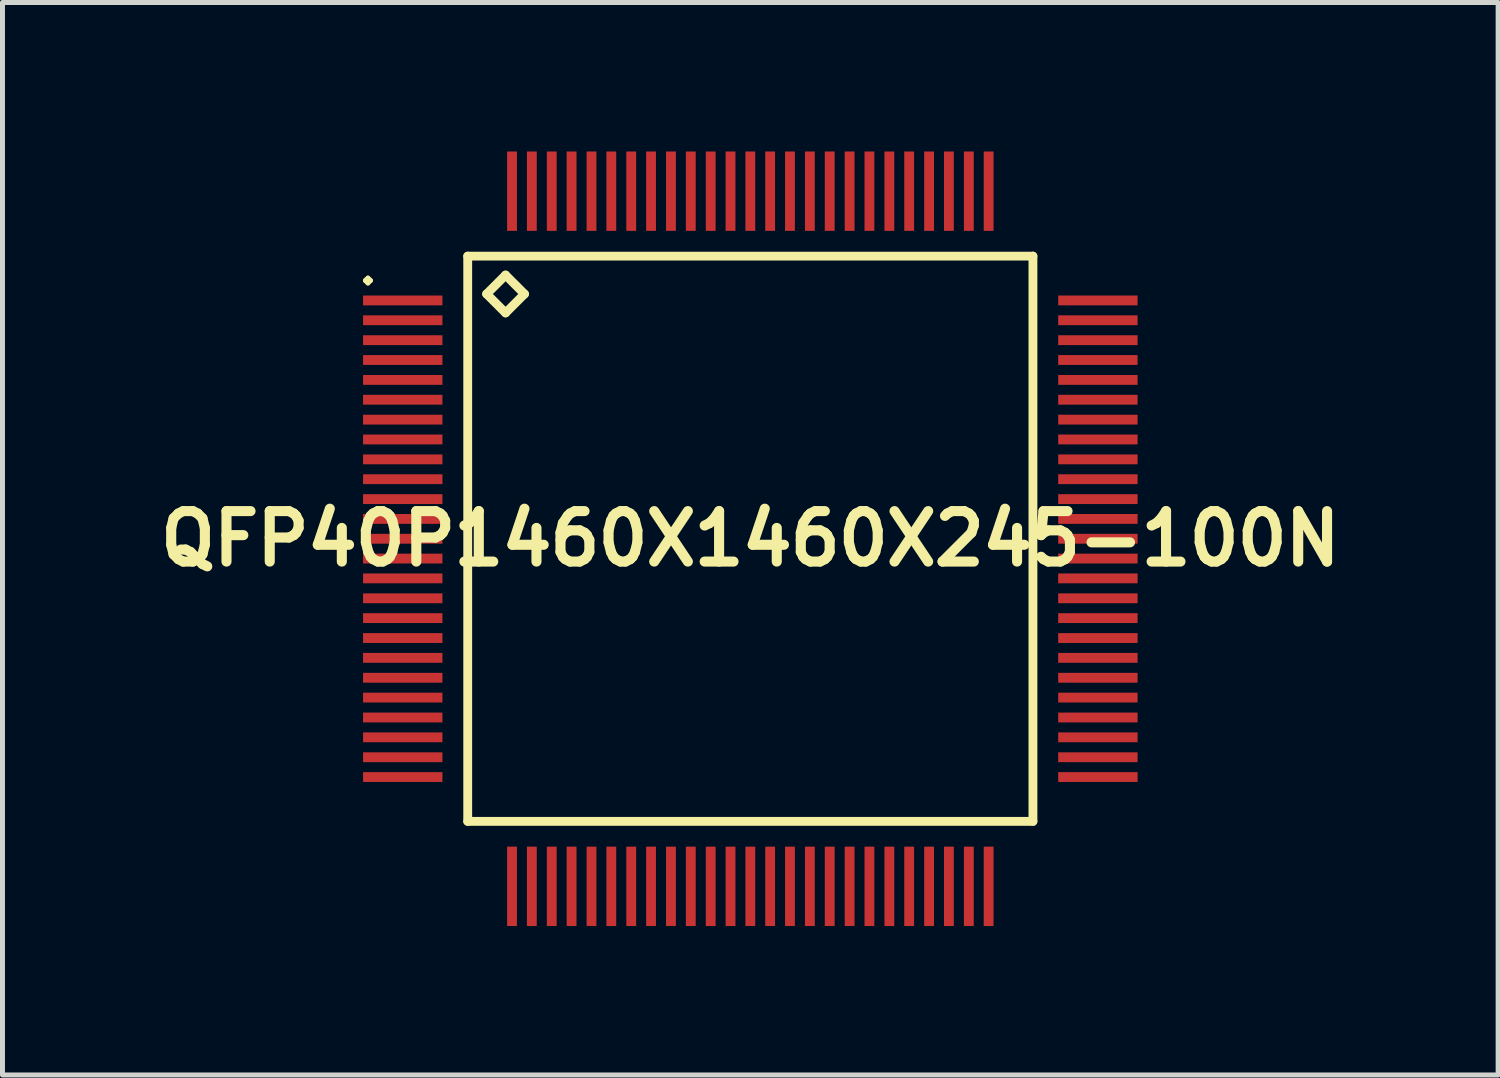
<source format=kicad_pcb>
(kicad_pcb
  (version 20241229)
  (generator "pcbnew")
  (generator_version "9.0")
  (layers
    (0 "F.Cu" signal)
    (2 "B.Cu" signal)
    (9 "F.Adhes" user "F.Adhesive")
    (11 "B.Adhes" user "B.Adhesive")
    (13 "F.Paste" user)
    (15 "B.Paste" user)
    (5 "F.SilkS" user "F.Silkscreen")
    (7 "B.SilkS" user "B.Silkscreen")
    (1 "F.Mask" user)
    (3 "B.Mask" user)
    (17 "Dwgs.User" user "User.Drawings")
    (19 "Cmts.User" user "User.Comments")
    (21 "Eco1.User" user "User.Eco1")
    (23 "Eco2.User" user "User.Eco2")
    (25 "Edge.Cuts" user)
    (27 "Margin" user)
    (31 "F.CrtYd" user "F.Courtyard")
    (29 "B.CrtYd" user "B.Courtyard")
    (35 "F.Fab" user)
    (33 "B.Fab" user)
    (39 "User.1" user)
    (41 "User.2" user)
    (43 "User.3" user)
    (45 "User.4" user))
  (footprint "QFP40P1460X1460X245-100N"
    (layer "F.Cu")
    (at 12.057 7.797)
    (property "Reference" "QFP40P1460X1460X245-100N" (at 0 0 0) (layer "F.SilkS") (effects (font (size 1.016 1.016) (thickness 0.203))))
    (attr smd)
    (fp_line (start -7.75 -5.199) (end -7.699 -5.248) (stroke (width 0.099) (type solid)) (layer "F.SilkS"))
    (fp_line (start -7.699 -5.248) (end -7.648 -5.199) (stroke (width 0.099) (type solid)) (layer "F.SilkS"))
    (fp_line (start -7.699 -5.149) (end -7.75 -5.199) (stroke (width 0.099) (type solid)) (layer "F.SilkS"))
    (fp_line (start -7.648 -5.199) (end -7.699 -5.149) (stroke (width 0.099) (type solid)) (layer "F.SilkS"))
    (fp_line (start -5.69 -5.69) (end -5.69 5.69) (stroke (width 0.178) (type solid)) (layer "F.SilkS"))
    (fp_line (start -5.69 5.69) (end 5.69 5.69) (stroke (width 0.178) (type solid)) (layer "F.SilkS"))
    (fp_line (start -5.309 -4.928) (end -4.928 -5.309) (stroke (width 0.178) (type solid)) (layer "F.SilkS"))
    (fp_line (start -4.928 -5.309) (end -4.547 -4.928) (stroke (width 0.178) (type solid)) (layer "F.SilkS"))
    (fp_line (start -4.928 -4.547) (end -5.309 -4.928) (stroke (width 0.178) (type solid)) (layer "F.SilkS"))
    (fp_line (start -4.547 -4.928) (end -4.928 -4.547) (stroke (width 0.178) (type solid)) (layer "F.SilkS"))
    (fp_line (start 5.69 -5.69) (end -5.69 -5.69) (stroke (width 0.178) (type solid)) (layer "F.SilkS"))
    (fp_line (start 5.69 5.69) (end 5.69 -5.69) (stroke (width 0.178) (type solid)) (layer "F.SilkS"))
    (pad "1" smd rect (at -6.998 -4.798) (size 1.598 0.198) (layers "F.Cu" "F.Mask" "F.Paste"))
    (pad "2" smd rect (at -6.998 -4.399) (size 1.598 0.198) (layers "F.Cu" "F.Mask" "F.Paste"))
    (pad "3" smd rect (at -6.998 -3.998) (size 1.598 0.198) (layers "F.Cu" "F.Mask" "F.Paste"))
    (pad "4" smd rect (at -6.998 -3.599) (size 1.598 0.198) (layers "F.Cu" "F.Mask" "F.Paste"))
    (pad "5" smd rect (at -6.998 -3.198) (size 1.598 0.198) (layers "F.Cu" "F.Mask" "F.Paste"))
    (pad "6" smd rect (at -6.998 -2.799) (size 1.598 0.198) (layers "F.Cu" "F.Mask" "F.Paste"))
    (pad "7" smd rect (at -6.998 -2.398) (size 1.598 0.198) (layers "F.Cu" "F.Mask" "F.Paste"))
    (pad "8" smd rect (at -6.998 -1.999) (size 1.598 0.198) (layers "F.Cu" "F.Mask" "F.Paste"))
    (pad "9" smd rect (at -6.998 -1.598) (size 1.598 0.198) (layers "F.Cu" "F.Mask" "F.Paste"))
    (pad "10" smd rect (at -6.998 -1.199) (size 1.598 0.198) (layers "F.Cu" "F.Mask" "F.Paste"))
    (pad "11" smd rect (at -6.998 -0.798) (size 1.598 0.198) (layers "F.Cu" "F.Mask" "F.Paste"))
    (pad "12" smd rect (at -6.998 -0.399) (size 1.598 0.198) (layers "F.Cu" "F.Mask" "F.Paste"))
    (pad "13" smd rect (at -6.998 0) (size 1.598 0.198) (layers "F.Cu" "F.Mask" "F.Paste"))
    (pad "14" smd rect (at -6.998 0.399) (size 1.598 0.198) (layers "F.Cu" "F.Mask" "F.Paste"))
    (pad "15" smd rect (at -6.998 0.798) (size 1.598 0.198) (layers "F.Cu" "F.Mask" "F.Paste"))
    (pad "16" smd rect (at -6.998 1.199) (size 1.598 0.198) (layers "F.Cu" "F.Mask" "F.Paste"))
    (pad "17" smd rect (at -6.998 1.598) (size 1.598 0.198) (layers "F.Cu" "F.Mask" "F.Paste"))
    (pad "18" smd rect (at -6.998 1.999) (size 1.598 0.198) (layers "F.Cu" "F.Mask" "F.Paste"))
    (pad "19" smd rect (at -6.998 2.398) (size 1.598 0.198) (layers "F.Cu" "F.Mask" "F.Paste"))
    (pad "20" smd rect (at -6.998 2.799) (size 1.598 0.198) (layers "F.Cu" "F.Mask" "F.Paste"))
    (pad "21" smd rect (at -6.998 3.198) (size 1.598 0.198) (layers "F.Cu" "F.Mask" "F.Paste"))
    (pad "22" smd rect (at -6.998 3.599) (size 1.598 0.198) (layers "F.Cu" "F.Mask" "F.Paste"))
    (pad "23" smd rect (at -6.998 3.998) (size 1.598 0.198) (layers "F.Cu" "F.Mask" "F.Paste"))
    (pad "24" smd rect (at -6.998 4.399) (size 1.598 0.198) (layers "F.Cu" "F.Mask" "F.Paste"))
    (pad "25" smd rect (at -6.998 4.798) (size 1.598 0.198) (layers "F.Cu" "F.Mask" "F.Paste"))
    (pad "26" smd rect (at -4.798 6.998) (size 0.198 1.598) (layers "F.Cu" "F.Mask" "F.Paste"))
    (pad "27" smd rect (at -4.399 6.998) (size 0.198 1.598) (layers "F.Cu" "F.Mask" "F.Paste"))
    (pad "28" smd rect (at -3.998 6.998) (size 0.198 1.598) (layers "F.Cu" "F.Mask" "F.Paste"))
    (pad "29" smd rect (at -3.599 6.998) (size 0.198 1.598) (layers "F.Cu" "F.Mask" "F.Paste"))
    (pad "30" smd rect (at -3.198 6.998) (size 0.198 1.598) (layers "F.Cu" "F.Mask" "F.Paste"))
    (pad "31" smd rect (at -2.799 6.998) (size 0.198 1.598) (layers "F.Cu" "F.Mask" "F.Paste"))
    (pad "32" smd rect (at -2.398 6.998) (size 0.198 1.598) (layers "F.Cu" "F.Mask" "F.Paste"))
    (pad "33" smd rect (at -1.999 6.998) (size 0.198 1.598) (layers "F.Cu" "F.Mask" "F.Paste"))
    (pad "34" smd rect (at -1.598 6.998) (size 0.198 1.598) (layers "F.Cu" "F.Mask" "F.Paste"))
    (pad "35" smd rect (at -1.199 6.998) (size 0.198 1.598) (layers "F.Cu" "F.Mask" "F.Paste"))
    (pad "36" smd rect (at -0.798 6.998) (size 0.198 1.598) (layers "F.Cu" "F.Mask" "F.Paste"))
    (pad "37" smd rect (at -0.399 6.998) (size 0.198 1.598) (layers "F.Cu" "F.Mask" "F.Paste"))
    (pad "38" smd rect (at 0 6.998) (size 0.198 1.598) (layers "F.Cu" "F.Mask" "F.Paste"))
    (pad "39" smd rect (at 0.399 6.998) (size 0.198 1.598) (layers "F.Cu" "F.Mask" "F.Paste"))
    (pad "40" smd rect (at 0.798 6.998) (size 0.198 1.598) (layers "F.Cu" "F.Mask" "F.Paste"))
    (pad "41" smd rect (at 1.199 6.998) (size 0.198 1.598) (layers "F.Cu" "F.Mask" "F.Paste"))
    (pad "42" smd rect (at 1.598 6.998) (size 0.198 1.598) (layers "F.Cu" "F.Mask" "F.Paste"))
    (pad "43" smd rect (at 1.999 6.998) (size 0.198 1.598) (layers "F.Cu" "F.Mask" "F.Paste"))
    (pad "44" smd rect (at 2.398 6.998) (size 0.198 1.598) (layers "F.Cu" "F.Mask" "F.Paste"))
    (pad "45" smd rect (at 2.799 6.998) (size 0.198 1.598) (layers "F.Cu" "F.Mask" "F.Paste"))
    (pad "46" smd rect (at 3.198 6.998) (size 0.198 1.598) (layers "F.Cu" "F.Mask" "F.Paste"))
    (pad "47" smd rect (at 3.599 6.998) (size 0.198 1.598) (layers "F.Cu" "F.Mask" "F.Paste"))
    (pad "48" smd rect (at 3.998 6.998) (size 0.198 1.598) (layers "F.Cu" "F.Mask" "F.Paste"))
    (pad "49" smd rect (at 4.399 6.998) (size 0.198 1.598) (layers "F.Cu" "F.Mask" "F.Paste"))
    (pad "50" smd rect (at 4.798 6.998) (size 0.198 1.598) (layers "F.Cu" "F.Mask" "F.Paste"))
    (pad "51" smd rect (at 6.998 4.798) (size 1.598 0.198) (layers "F.Cu" "F.Mask" "F.Paste"))
    (pad "52" smd rect (at 6.998 4.399) (size 1.598 0.198) (layers "F.Cu" "F.Mask" "F.Paste"))
    (pad "53" smd rect (at 6.998 3.998) (size 1.598 0.198) (layers "F.Cu" "F.Mask" "F.Paste"))
    (pad "54" smd rect (at 6.998 3.599) (size 1.598 0.198) (layers "F.Cu" "F.Mask" "F.Paste"))
    (pad "55" smd rect (at 6.998 3.198) (size 1.598 0.198) (layers "F.Cu" "F.Mask" "F.Paste"))
    (pad "56" smd rect (at 6.998 2.799) (size 1.598 0.198) (layers "F.Cu" "F.Mask" "F.Paste"))
    (pad "57" smd rect (at 6.998 2.398) (size 1.598 0.198) (layers "F.Cu" "F.Mask" "F.Paste"))
    (pad "58" smd rect (at 6.998 1.999) (size 1.598 0.198) (layers "F.Cu" "F.Mask" "F.Paste"))
    (pad "59" smd rect (at 6.998 1.598) (size 1.598 0.198) (layers "F.Cu" "F.Mask" "F.Paste"))
    (pad "60" smd rect (at 6.998 1.199) (size 1.598 0.198) (layers "F.Cu" "F.Mask" "F.Paste"))
    (pad "61" smd rect (at 6.998 0.798) (size 1.598 0.198) (layers "F.Cu" "F.Mask" "F.Paste"))
    (pad "62" smd rect (at 6.998 0.399) (size 1.598 0.198) (layers "F.Cu" "F.Mask" "F.Paste"))
    (pad "63" smd rect (at 6.998 0) (size 1.598 0.198) (layers "F.Cu" "F.Mask" "F.Paste"))
    (pad "64" smd rect (at 6.998 -0.399) (size 1.598 0.198) (layers "F.Cu" "F.Mask" "F.Paste"))
    (pad "65" smd rect (at 6.998 -0.798) (size 1.598 0.198) (layers "F.Cu" "F.Mask" "F.Paste"))
    (pad "66" smd rect (at 6.998 -1.199) (size 1.598 0.198) (layers "F.Cu" "F.Mask" "F.Paste"))
    (pad "67" smd rect (at 6.998 -1.598) (size 1.598 0.198) (layers "F.Cu" "F.Mask" "F.Paste"))
    (pad "68" smd rect (at 6.998 -1.999) (size 1.598 0.198) (layers "F.Cu" "F.Mask" "F.Paste"))
    (pad "69" smd rect (at 6.998 -2.398) (size 1.598 0.198) (layers "F.Cu" "F.Mask" "F.Paste"))
    (pad "70" smd rect (at 6.998 -2.799) (size 1.598 0.198) (layers "F.Cu" "F.Mask" "F.Paste"))
    (pad "71" smd rect (at 6.998 -3.198) (size 1.598 0.198) (layers "F.Cu" "F.Mask" "F.Paste"))
    (pad "72" smd rect (at 6.998 -3.599) (size 1.598 0.198) (layers "F.Cu" "F.Mask" "F.Paste"))
    (pad "73" smd rect (at 6.998 -3.998) (size 1.598 0.198) (layers "F.Cu" "F.Mask" "F.Paste"))
    (pad "74" smd rect (at 6.998 -4.399) (size 1.598 0.198) (layers "F.Cu" "F.Mask" "F.Paste"))
    (pad "75" smd rect (at 6.998 -4.798) (size 1.598 0.198) (layers "F.Cu" "F.Mask" "F.Paste"))
    (pad "76" smd rect (at 4.798 -6.998) (size 0.198 1.598) (layers "F.Cu" "F.Mask" "F.Paste"))
    (pad "77" smd rect (at 4.399 -6.998) (size 0.198 1.598) (layers "F.Cu" "F.Mask" "F.Paste"))
    (pad "78" smd rect (at 3.998 -6.998) (size 0.198 1.598) (layers "F.Cu" "F.Mask" "F.Paste"))
    (pad "79" smd rect (at 3.599 -6.998) (size 0.198 1.598) (layers "F.Cu" "F.Mask" "F.Paste"))
    (pad "80" smd rect (at 3.198 -6.998) (size 0.198 1.598) (layers "F.Cu" "F.Mask" "F.Paste"))
    (pad "81" smd rect (at 2.799 -6.998) (size 0.198 1.598) (layers "F.Cu" "F.Mask" "F.Paste"))
    (pad "82" smd rect (at 2.398 -6.998) (size 0.198 1.598) (layers "F.Cu" "F.Mask" "F.Paste"))
    (pad "83" smd rect (at 1.999 -6.998) (size 0.198 1.598) (layers "F.Cu" "F.Mask" "F.Paste"))
    (pad "84" smd rect (at 1.598 -6.998) (size 0.198 1.598) (layers "F.Cu" "F.Mask" "F.Paste"))
    (pad "85" smd rect (at 1.199 -6.998) (size 0.198 1.598) (layers "F.Cu" "F.Mask" "F.Paste"))
    (pad "86" smd rect (at 0.798 -6.998) (size 0.198 1.598) (layers "F.Cu" "F.Mask" "F.Paste"))
    (pad "87" smd rect (at 0.399 -6.998) (size 0.198 1.598) (layers "F.Cu" "F.Mask" "F.Paste"))
    (pad "88" smd rect (at 0 -6.998) (size 0.198 1.598) (layers "F.Cu" "F.Mask" "F.Paste"))
    (pad "89" smd rect (at -0.399 -6.998) (size 0.198 1.598) (layers "F.Cu" "F.Mask" "F.Paste"))
    (pad "90" smd rect (at -0.798 -6.998) (size 0.198 1.598) (layers "F.Cu" "F.Mask" "F.Paste"))
    (pad "91" smd rect (at -1.199 -6.998) (size 0.198 1.598) (layers "F.Cu" "F.Mask" "F.Paste"))
    (pad "92" smd rect (at -1.598 -6.998) (size 0.198 1.598) (layers "F.Cu" "F.Mask" "F.Paste"))
    (pad "93" smd rect (at -1.999 -6.998) (size 0.198 1.598) (layers "F.Cu" "F.Mask" "F.Paste"))
    (pad "94" smd rect (at -2.398 -6.998) (size 0.198 1.598) (layers "F.Cu" "F.Mask" "F.Paste"))
    (pad "95" smd rect (at -2.799 -6.998) (size 0.198 1.598) (layers "F.Cu" "F.Mask" "F.Paste"))
    (pad "96" smd rect (at -3.198 -6.998) (size 0.198 1.598) (layers "F.Cu" "F.Mask" "F.Paste"))
    (pad "97" smd rect (at -3.599 -6.998) (size 0.198 1.598) (layers "F.Cu" "F.Mask" "F.Paste"))
    (pad "98" smd rect (at -3.998 -6.998) (size 0.198 1.598) (layers "F.Cu" "F.Mask" "F.Paste"))
    (pad "99" smd rect (at -4.399 -6.998) (size 0.198 1.598) (layers "F.Cu" "F.Mask" "F.Paste"))
    (pad "100" smd rect (at -4.798 -6.998) (size 0.198 1.598) (layers "F.Cu" "F.Mask" "F.Paste")))
  (gr_rect
    (start -3 -3)
    (end 27.113 18.593)
    (stroke (width 0.1) (type default))
    (fill no)
    (layer "Edge.Cuts")))
</source>
